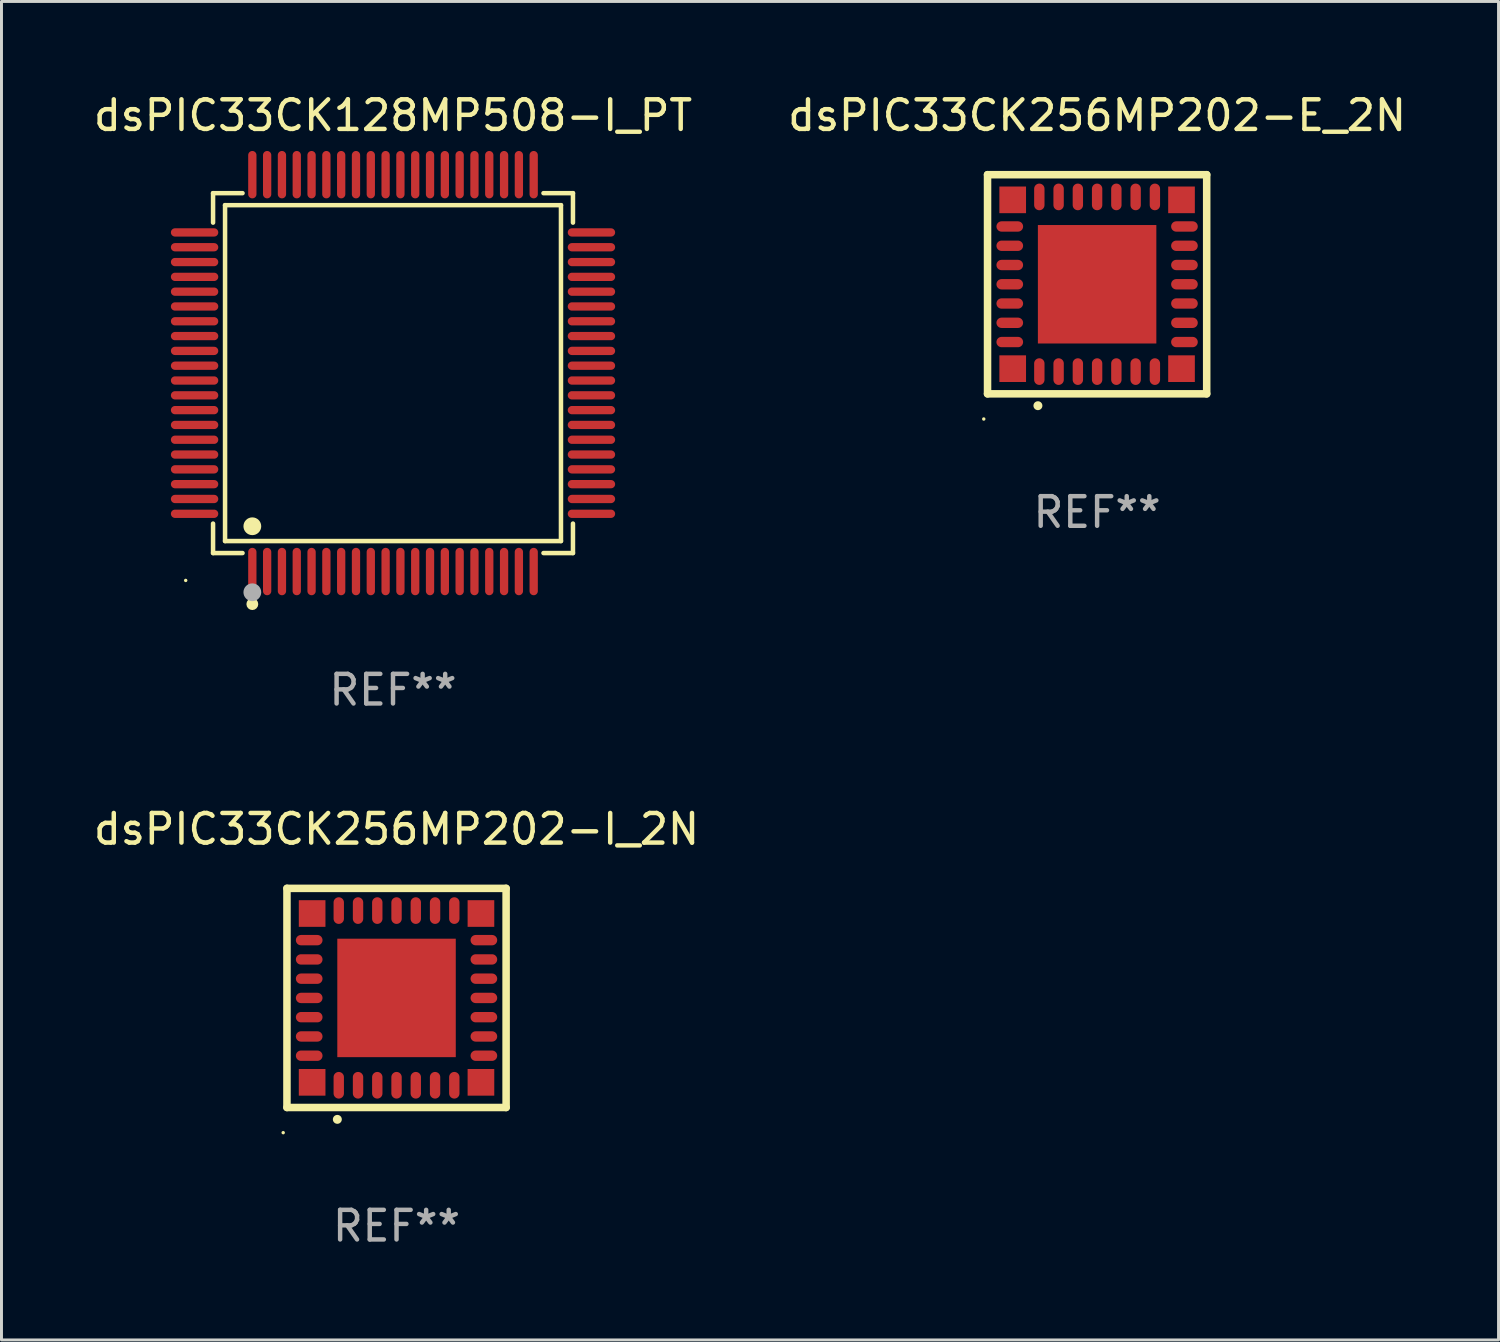
<source format=kicad_pcb>
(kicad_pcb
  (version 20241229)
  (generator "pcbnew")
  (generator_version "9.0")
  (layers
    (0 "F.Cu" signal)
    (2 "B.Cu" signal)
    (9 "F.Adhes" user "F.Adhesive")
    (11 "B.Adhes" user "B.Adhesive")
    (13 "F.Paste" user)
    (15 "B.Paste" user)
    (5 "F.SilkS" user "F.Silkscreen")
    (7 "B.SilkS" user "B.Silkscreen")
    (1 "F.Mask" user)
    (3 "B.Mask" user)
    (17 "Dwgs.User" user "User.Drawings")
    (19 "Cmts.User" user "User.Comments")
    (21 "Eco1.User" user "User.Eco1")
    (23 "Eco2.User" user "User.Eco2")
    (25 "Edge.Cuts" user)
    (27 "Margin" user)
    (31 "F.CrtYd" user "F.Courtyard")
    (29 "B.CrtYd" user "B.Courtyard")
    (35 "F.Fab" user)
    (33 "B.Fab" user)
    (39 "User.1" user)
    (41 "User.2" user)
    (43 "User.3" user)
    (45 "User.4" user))
  (footprint "dsPIC33CK256MP202-E_2N"
    (layer "F.Cu")
    (at 33.994 6.548)
    (property "Reference" "dsPIC33CK256MP202-E_2N" (at 0 -5.7 0) (layer "F.SilkS") (effects (font (size 1 1) (thickness 0.15))))
    (attr through_hole)
    (fp_line (start -3.7 -3.7) (end 3.7 -3.7) (stroke (width 0.254) (type solid)) (layer "F.SilkS"))
    (fp_line (start -3.7 3.7) (end -3.7 -3.7) (stroke (width 0.254) (type solid)) (layer "F.SilkS"))
    (fp_line (start 3.7 -3.7) (end 3.7 3.7) (stroke (width 0.254) (type solid)) (layer "F.SilkS"))
    (fp_line (start 3.7 3.7) (end -3.7 3.7) (stroke (width 0.254) (type solid)) (layer "F.SilkS"))
    (fp_arc (start -2 4.1) (mid -1.99873 4.099995) (end -1.99746 4.1) (stroke (width 0.3) (type solid)) (layer "F.SilkS"))
    (fp_circle (center -3.827 4.55) (end -3.797 4.55) (stroke (width 0.06) (type solid)) (fill no) (layer "F.SilkS"))
    (fp_text user "REF**" (at 0 7.7 0) (layer "F.Fab") (effects (font (size 1 1) (thickness 0.15))))
    (pad "1" smd oval (at -1.951 2.949 180) (size 0.35 0.9) (layers "F.Cu" "F.Mask" "F.Paste"))
    (pad "2" smd oval (at -1.3 2.949 180) (size 0.35 0.9) (layers "F.Cu" "F.Mask" "F.Paste"))
    (pad "3" smd oval (at -0.65 2.949 180) (size 0.35 0.9) (layers "F.Cu" "F.Mask" "F.Paste"))
    (pad "4" smd oval (at 0.000051 2.949 180) (size 0.35 0.9) (layers "F.Cu" "F.Mask" "F.Paste"))
    (pad "5" smd oval (at 0.65 2.949 180) (size 0.35 0.9) (layers "F.Cu" "F.Mask" "F.Paste"))
    (pad "6" smd oval (at 1.301 2.949 180) (size 0.35 0.9) (layers "F.Cu" "F.Mask" "F.Paste"))
    (pad "7" smd oval (at 1.951 2.949 180) (size 0.35 0.9) (layers "F.Cu" "F.Mask" "F.Paste"))
    (pad "8" smd oval (at 2.949 1.951 90) (size 0.35 0.9) (layers "F.Cu" "F.Mask" "F.Paste"))
    (pad "9" smd oval (at 2.949 1.301 90) (size 0.35 0.9) (layers "F.Cu" "F.Mask" "F.Paste"))
    (pad "10" smd oval (at 2.949 0.65 90) (size 0.35 0.9) (layers "F.Cu" "F.Mask" "F.Paste"))
    (pad "11" smd oval (at 2.949 0.000051 90) (size 0.35 0.9) (layers "F.Cu" "F.Mask" "F.Paste"))
    (pad "12" smd oval (at 2.949 -0.65 90) (size 0.35 0.9) (layers "F.Cu" "F.Mask" "F.Paste"))
    (pad "13" smd oval (at 2.949 -1.3 90) (size 0.35 0.9) (layers "F.Cu" "F.Mask" "F.Paste"))
    (pad "14" smd oval (at 2.949 -1.951 90) (size 0.35 0.9) (layers "F.Cu" "F.Mask" "F.Paste"))
    (pad "15" smd oval (at 1.951 -2.949 180) (size 0.35 0.9) (layers "F.Cu" "F.Mask" "F.Paste"))
    (pad "16" smd oval (at 1.301 -2.949 180) (size 0.35 0.9) (layers "F.Cu" "F.Mask" "F.Paste"))
    (pad "17" smd oval (at 0.65 -2.949 180) (size 0.35 0.9) (layers "F.Cu" "F.Mask" "F.Paste"))
    (pad "18" smd oval (at 0.000051 -2.949 180) (size 0.35 0.9) (layers "F.Cu" "F.Mask" "F.Paste"))
    (pad "19" smd oval (at -0.65 -2.949 180) (size 0.35 0.9) (layers "F.Cu" "F.Mask" "F.Paste"))
    (pad "20" smd oval (at -1.3 -2.949 180) (size 0.35 0.9) (layers "F.Cu" "F.Mask" "F.Paste"))
    (pad "21" smd oval (at -1.951 -2.949 180) (size 0.35 0.9) (layers "F.Cu" "F.Mask" "F.Paste"))
    (pad "22" smd oval (at -2.949 -1.951 90) (size 0.35 0.9) (layers "F.Cu" "F.Mask" "F.Paste"))
    (pad "23" smd oval (at -2.949 -1.3 90) (size 0.35 0.9) (layers "F.Cu" "F.Mask" "F.Paste"))
    (pad "24" smd oval (at -2.949 -0.65 90) (size 0.35 0.9) (layers "F.Cu" "F.Mask" "F.Paste"))
    (pad "25" smd oval (at -2.949 0.000051 90) (size 0.35 0.9) (layers "F.Cu" "F.Mask" "F.Paste"))
    (pad "26" smd oval (at -2.949 0.65 90) (size 0.35 0.9) (layers "F.Cu" "F.Mask" "F.Paste"))
    (pad "27" smd oval (at -2.949 1.301 90) (size 0.35 0.9) (layers "F.Cu" "F.Mask" "F.Paste"))
    (pad "28" smd oval (at -2.949 1.951 90) (size 0.35 0.9) (layers "F.Cu" "F.Mask" "F.Paste"))
    (pad "29" smd rect (at -2.85 -2.85 90) (size 0.9 0.9) (layers "F.Cu" "F.Mask" "F.Paste"))
    (pad "29" smd rect (at -2.85 2.85 90) (size 0.9 0.9) (layers "F.Cu" "F.Mask" "F.Paste"))
    (pad "29" smd rect (at 0.000051 0.000051 90) (size 4 4) (layers "F.Cu" "F.Mask" "F.Paste"))
    (pad "29" smd rect (at 2.85 -2.85 90) (size 0.9 0.9) (layers "F.Cu" "F.Mask" "F.Paste"))
    (pad "29" smd rect (at 2.85 2.85 90) (size 0.9 0.9) (layers "F.Cu" "F.Mask" "F.Paste")))
  (footprint "dsPIC33CK128MP508-I_PT"
    (layer "F.Cu")
    (at 10.22 9.548)
    (property "Reference" "dsPIC33CK128MP508-I_PT" (at 0 -8.7 0) (layer "F.SilkS") (effects (font (size 1 1) (thickness 0.15))))
    (attr through_hole)
    (fp_line (start -6.076 -6.076) (end -5.081 -6.076) (stroke (width 0.152) (type solid)) (layer "F.SilkS"))
    (fp_line (start -6.076 -5.081) (end -6.076 -6.076) (stroke (width 0.152) (type solid)) (layer "F.SilkS"))
    (fp_line (start -6.076 5.081) (end -6.076 6.076) (stroke (width 0.152) (type solid)) (layer "F.SilkS"))
    (fp_line (start -6.076 6.076) (end -5.081 6.076) (stroke (width 0.152) (type solid)) (layer "F.SilkS"))
    (fp_line (start -5.671 -5.671) (end 5.671 -5.671) (stroke (width 0.152) (type solid)) (layer "F.SilkS"))
    (fp_line (start -5.671 5.671) (end -5.671 -5.671) (stroke (width 0.152) (type solid)) (layer "F.SilkS"))
    (fp_line (start 5.671 -5.671) (end 5.671 5.671) (stroke (width 0.152) (type solid)) (layer "F.SilkS"))
    (fp_line (start 5.671 5.671) (end -5.671 5.671) (stroke (width 0.152) (type solid)) (layer "F.SilkS"))
    (fp_line (start 6.076 -6.076) (end 5.081 -6.076) (stroke (width 0.152) (type solid)) (layer "F.SilkS"))
    (fp_line (start 6.076 -5.081) (end 6.076 -6.076) (stroke (width 0.152) (type solid)) (layer "F.SilkS"))
    (fp_line (start 6.076 5.081) (end 6.076 6.076) (stroke (width 0.152) (type solid)) (layer "F.SilkS"))
    (fp_line (start 6.076 6.076) (end 5.081 6.076) (stroke (width 0.152) (type solid)) (layer "F.SilkS"))
    (fp_circle (center -7 7) (end -6.97 7) (stroke (width 0.06) (type solid)) (fill no) (layer "F.SilkS"))
    (fp_circle (center -4.75 5.171) (end -4.6 5.171) (stroke (width 0.3) (type solid)) (fill no) (layer "F.SilkS"))
    (fp_circle (center -4.75 7.8) (end -4.65 7.8) (stroke (width 0.2) (type solid)) (fill no) (layer "F.SilkS"))
    (fp_circle (center -4.75 7.4) (end -4.6 7.4) (stroke (width 0.3) (type solid)) (fill no) (layer "F.Fab"))
    (fp_text user "REF**" (at 0 10.7 0) (layer "F.Fab") (effects (font (size 1 1) (thickness 0.15))))
    (pad "1" smd oval (at -4.75 6.7) (size 0.28 1.6) (layers "F.Cu" "F.Mask" "F.Paste"))
    (pad "2" smd oval (at -4.25 6.7) (size 0.28 1.6) (layers "F.Cu" "F.Mask" "F.Paste"))
    (pad "3" smd oval (at -3.75 6.7) (size 0.28 1.6) (layers "F.Cu" "F.Mask" "F.Paste"))
    (pad "4" smd oval (at -3.25 6.7) (size 0.28 1.6) (layers "F.Cu" "F.Mask" "F.Paste"))
    (pad "5" smd oval (at -2.75 6.7) (size 0.28 1.6) (layers "F.Cu" "F.Mask" "F.Paste"))
    (pad "6" smd oval (at -2.25 6.7) (size 0.28 1.6) (layers "F.Cu" "F.Mask" "F.Paste"))
    (pad "7" smd oval (at -1.75 6.7) (size 0.28 1.6) (layers "F.Cu" "F.Mask" "F.Paste"))
    (pad "8" smd oval (at -1.25 6.7) (size 0.28 1.6) (layers "F.Cu" "F.Mask" "F.Paste"))
    (pad "9" smd oval (at -0.75 6.7) (size 0.28 1.6) (layers "F.Cu" "F.Mask" "F.Paste"))
    (pad "10" smd oval (at -0.25 6.7) (size 0.28 1.6) (layers "F.Cu" "F.Mask" "F.Paste"))
    (pad "11" smd oval (at 0.25 6.7) (size 0.28 1.6) (layers "F.Cu" "F.Mask" "F.Paste"))
    (pad "12" smd oval (at 0.75 6.7) (size 0.28 1.6) (layers "F.Cu" "F.Mask" "F.Paste"))
    (pad "13" smd oval (at 1.25 6.7) (size 0.28 1.6) (layers "F.Cu" "F.Mask" "F.Paste"))
    (pad "14" smd oval (at 1.75 6.7) (size 0.28 1.6) (layers "F.Cu" "F.Mask" "F.Paste"))
    (pad "15" smd oval (at 2.25 6.7) (size 0.28 1.6) (layers "F.Cu" "F.Mask" "F.Paste"))
    (pad "16" smd oval (at 2.75 6.7) (size 0.28 1.6) (layers "F.Cu" "F.Mask" "F.Paste"))
    (pad "17" smd oval (at 3.25 6.7) (size 0.28 1.6) (layers "F.Cu" "F.Mask" "F.Paste"))
    (pad "18" smd oval (at 3.75 6.7) (size 0.28 1.6) (layers "F.Cu" "F.Mask" "F.Paste"))
    (pad "19" smd oval (at 4.25 6.7) (size 0.28 1.6) (layers "F.Cu" "F.Mask" "F.Paste"))
    (pad "20" smd oval (at 4.75 6.7) (size 0.28 1.6) (layers "F.Cu" "F.Mask" "F.Paste"))
    (pad "21" smd oval (at 6.7 4.75) (size 1.6 0.28) (layers "F.Cu" "F.Mask" "F.Paste"))
    (pad "22" smd oval (at 6.7 4.25) (size 1.6 0.28) (layers "F.Cu" "F.Mask" "F.Paste"))
    (pad "23" smd oval (at 6.7 3.75) (size 1.6 0.28) (layers "F.Cu" "F.Mask" "F.Paste"))
    (pad "24" smd oval (at 6.7 3.25) (size 1.6 0.28) (layers "F.Cu" "F.Mask" "F.Paste"))
    (pad "25" smd oval (at 6.7 2.75) (size 1.6 0.28) (layers "F.Cu" "F.Mask" "F.Paste"))
    (pad "26" smd oval (at 6.7 2.25) (size 1.6 0.28) (layers "F.Cu" "F.Mask" "F.Paste"))
    (pad "27" smd oval (at 6.7 1.75) (size 1.6 0.28) (layers "F.Cu" "F.Mask" "F.Paste"))
    (pad "28" smd oval (at 6.7 1.25) (size 1.6 0.28) (layers "F.Cu" "F.Mask" "F.Paste"))
    (pad "29" smd oval (at 6.7 0.75) (size 1.6 0.28) (layers "F.Cu" "F.Mask" "F.Paste"))
    (pad "30" smd oval (at 6.7 0.25) (size 1.6 0.28) (layers "F.Cu" "F.Mask" "F.Paste"))
    (pad "31" smd oval (at 6.7 -0.25) (size 1.6 0.28) (layers "F.Cu" "F.Mask" "F.Paste"))
    (pad "32" smd oval (at 6.7 -0.75) (size 1.6 0.28) (layers "F.Cu" "F.Mask" "F.Paste"))
    (pad "33" smd oval (at 6.7 -1.25) (size 1.6 0.28) (layers "F.Cu" "F.Mask" "F.Paste"))
    (pad "34" smd oval (at 6.7 -1.75) (size 1.6 0.28) (layers "F.Cu" "F.Mask" "F.Paste"))
    (pad "35" smd oval (at 6.7 -2.25) (size 1.6 0.28) (layers "F.Cu" "F.Mask" "F.Paste"))
    (pad "36" smd oval (at 6.7 -2.75) (size 1.6 0.28) (layers "F.Cu" "F.Mask" "F.Paste"))
    (pad "37" smd oval (at 6.7 -3.25) (size 1.6 0.28) (layers "F.Cu" "F.Mask" "F.Paste"))
    (pad "38" smd oval (at 6.7 -3.75) (size 1.6 0.28) (layers "F.Cu" "F.Mask" "F.Paste"))
    (pad "39" smd oval (at 6.7 -4.25) (size 1.6 0.28) (layers "F.Cu" "F.Mask" "F.Paste"))
    (pad "40" smd oval (at 6.7 -4.75) (size 1.6 0.28) (layers "F.Cu" "F.Mask" "F.Paste"))
    (pad "41" smd oval (at 4.75 -6.7) (size 0.28 1.6) (layers "F.Cu" "F.Mask" "F.Paste"))
    (pad "42" smd oval (at 4.25 -6.7) (size 0.28 1.6) (layers "F.Cu" "F.Mask" "F.Paste"))
    (pad "43" smd oval (at 3.75 -6.7) (size 0.28 1.6) (layers "F.Cu" "F.Mask" "F.Paste"))
    (pad "44" smd oval (at 3.25 -6.7) (size 0.28 1.6) (layers "F.Cu" "F.Mask" "F.Paste"))
    (pad "45" smd oval (at 2.75 -6.7) (size 0.28 1.6) (layers "F.Cu" "F.Mask" "F.Paste"))
    (pad "46" smd oval (at 2.25 -6.7) (size 0.28 1.6) (layers "F.Cu" "F.Mask" "F.Paste"))
    (pad "47" smd oval (at 1.75 -6.7) (size 0.28 1.6) (layers "F.Cu" "F.Mask" "F.Paste"))
    (pad "48" smd oval (at 1.25 -6.7) (size 0.28 1.6) (layers "F.Cu" "F.Mask" "F.Paste"))
    (pad "49" smd oval (at 0.75 -6.7) (size 0.28 1.6) (layers "F.Cu" "F.Mask" "F.Paste"))
    (pad "50" smd oval (at 0.25 -6.7) (size 0.28 1.6) (layers "F.Cu" "F.Mask" "F.Paste"))
    (pad "51" smd oval (at -0.25 -6.7) (size 0.28 1.6) (layers "F.Cu" "F.Mask" "F.Paste"))
    (pad "52" smd oval (at -0.75 -6.7) (size 0.28 1.6) (layers "F.Cu" "F.Mask" "F.Paste"))
    (pad "53" smd oval (at -1.25 -6.7) (size 0.28 1.6) (layers "F.Cu" "F.Mask" "F.Paste"))
    (pad "54" smd oval (at -1.75 -6.7) (size 0.28 1.6) (layers "F.Cu" "F.Mask" "F.Paste"))
    (pad "55" smd oval (at -2.25 -6.7) (size 0.28 1.6) (layers "F.Cu" "F.Mask" "F.Paste"))
    (pad "56" smd oval (at -2.75 -6.7) (size 0.28 1.6) (layers "F.Cu" "F.Mask" "F.Paste"))
    (pad "57" smd oval (at -3.25 -6.7) (size 0.28 1.6) (layers "F.Cu" "F.Mask" "F.Paste"))
    (pad "58" smd oval (at -3.75 -6.7) (size 0.28 1.6) (layers "F.Cu" "F.Mask" "F.Paste"))
    (pad "59" smd oval (at -4.25 -6.7) (size 0.28 1.6) (layers "F.Cu" "F.Mask" "F.Paste"))
    (pad "60" smd oval (at -4.75 -6.7) (size 0.28 1.6) (layers "F.Cu" "F.Mask" "F.Paste"))
    (pad "61" smd oval (at -6.7 -4.75) (size 1.6 0.28) (layers "F.Cu" "F.Mask" "F.Paste"))
    (pad "62" smd oval (at -6.7 -4.25) (size 1.6 0.28) (layers "F.Cu" "F.Mask" "F.Paste"))
    (pad "63" smd oval (at -6.7 -3.75) (size 1.6 0.28) (layers "F.Cu" "F.Mask" "F.Paste"))
    (pad "64" smd oval (at -6.7 -3.25) (size 1.6 0.28) (layers "F.Cu" "F.Mask" "F.Paste"))
    (pad "65" smd oval (at -6.7 -2.75) (size 1.6 0.28) (layers "F.Cu" "F.Mask" "F.Paste"))
    (pad "66" smd oval (at -6.7 -2.25) (size 1.6 0.28) (layers "F.Cu" "F.Mask" "F.Paste"))
    (pad "67" smd oval (at -6.7 -1.75) (size 1.6 0.28) (layers "F.Cu" "F.Mask" "F.Paste"))
    (pad "68" smd oval (at -6.7 -1.25) (size 1.6 0.28) (layers "F.Cu" "F.Mask" "F.Paste"))
    (pad "69" smd oval (at -6.7 -0.75) (size 1.6 0.28) (layers "F.Cu" "F.Mask" "F.Paste"))
    (pad "70" smd oval (at -6.7 -0.25) (size 1.6 0.28) (layers "F.Cu" "F.Mask" "F.Paste"))
    (pad "71" smd oval (at -6.7 0.25) (size 1.6 0.28) (layers "F.Cu" "F.Mask" "F.Paste"))
    (pad "72" smd oval (at -6.7 0.75) (size 1.6 0.28) (layers "F.Cu" "F.Mask" "F.Paste"))
    (pad "73" smd oval (at -6.7 1.25) (size 1.6 0.28) (layers "F.Cu" "F.Mask" "F.Paste"))
    (pad "74" smd oval (at -6.7 1.75) (size 1.6 0.28) (layers "F.Cu" "F.Mask" "F.Paste"))
    (pad "75" smd oval (at -6.7 2.25) (size 1.6 0.28) (layers "F.Cu" "F.Mask" "F.Paste"))
    (pad "76" smd oval (at -6.7 2.75) (size 1.6 0.28) (layers "F.Cu" "F.Mask" "F.Paste"))
    (pad "77" smd oval (at -6.7 3.25) (size 1.6 0.28) (layers "F.Cu" "F.Mask" "F.Paste"))
    (pad "78" smd oval (at -6.7 3.75) (size 1.6 0.28) (layers "F.Cu" "F.Mask" "F.Paste"))
    (pad "79" smd oval (at -6.7 4.25) (size 1.6 0.28) (layers "F.Cu" "F.Mask" "F.Paste"))
    (pad "80" smd oval (at -6.7 4.75) (size 1.6 0.28) (layers "F.Cu" "F.Mask" "F.Paste")))
  (footprint "dsPIC33CK256MP202-I_2N"
    (layer "F.Cu")
    (at 10.339 30.645)
    (property "Reference" "dsPIC33CK256MP202-I_2N" (at 0 -5.7 0) (layer "F.SilkS") (effects (font (size 1 1) (thickness 0.15))))
    (attr through_hole)
    (fp_line (start -3.7 -3.7) (end 3.7 -3.7) (stroke (width 0.254) (type solid)) (layer "F.SilkS"))
    (fp_line (start -3.7 3.7) (end -3.7 -3.7) (stroke (width 0.254) (type solid)) (layer "F.SilkS"))
    (fp_line (start 3.7 -3.7) (end 3.7 3.7) (stroke (width 0.254) (type solid)) (layer "F.SilkS"))
    (fp_line (start 3.7 3.7) (end -3.7 3.7) (stroke (width 0.254) (type solid)) (layer "F.SilkS"))
    (fp_arc (start -2 4.1) (mid -1.99873 4.099995) (end -1.99746 4.1) (stroke (width 0.3) (type solid)) (layer "F.SilkS"))
    (fp_circle (center -3.827 4.55) (end -3.797 4.55) (stroke (width 0.06) (type solid)) (fill no) (layer "F.SilkS"))
    (fp_text user "REF**" (at 0 7.7 0) (layer "F.Fab") (effects (font (size 1 1) (thickness 0.15))))
    (pad "1" smd oval (at -1.951 2.949 180) (size 0.35 0.9) (layers "F.Cu" "F.Mask" "F.Paste"))
    (pad "2" smd oval (at -1.3 2.949 180) (size 0.35 0.9) (layers "F.Cu" "F.Mask" "F.Paste"))
    (pad "3" smd oval (at -0.65 2.949 180) (size 0.35 0.9) (layers "F.Cu" "F.Mask" "F.Paste"))
    (pad "4" smd oval (at 0.000051 2.949 180) (size 0.35 0.9) (layers "F.Cu" "F.Mask" "F.Paste"))
    (pad "5" smd oval (at 0.65 2.949 180) (size 0.35 0.9) (layers "F.Cu" "F.Mask" "F.Paste"))
    (pad "6" smd oval (at 1.301 2.949 180) (size 0.35 0.9) (layers "F.Cu" "F.Mask" "F.Paste"))
    (pad "7" smd oval (at 1.951 2.949 180) (size 0.35 0.9) (layers "F.Cu" "F.Mask" "F.Paste"))
    (pad "8" smd oval (at 2.949 1.951 90) (size 0.35 0.9) (layers "F.Cu" "F.Mask" "F.Paste"))
    (pad "9" smd oval (at 2.949 1.301 90) (size 0.35 0.9) (layers "F.Cu" "F.Mask" "F.Paste"))
    (pad "10" smd oval (at 2.949 0.65 90) (size 0.35 0.9) (layers "F.Cu" "F.Mask" "F.Paste"))
    (pad "11" smd oval (at 2.949 0.000051 90) (size 0.35 0.9) (layers "F.Cu" "F.Mask" "F.Paste"))
    (pad "12" smd oval (at 2.949 -0.65 90) (size 0.35 0.9) (layers "F.Cu" "F.Mask" "F.Paste"))
    (pad "13" smd oval (at 2.949 -1.3 90) (size 0.35 0.9) (layers "F.Cu" "F.Mask" "F.Paste"))
    (pad "14" smd oval (at 2.949 -1.951 90) (size 0.35 0.9) (layers "F.Cu" "F.Mask" "F.Paste"))
    (pad "15" smd oval (at 1.951 -2.949 180) (size 0.35 0.9) (layers "F.Cu" "F.Mask" "F.Paste"))
    (pad "16" smd oval (at 1.301 -2.949 180) (size 0.35 0.9) (layers "F.Cu" "F.Mask" "F.Paste"))
    (pad "17" smd oval (at 0.65 -2.949 180) (size 0.35 0.9) (layers "F.Cu" "F.Mask" "F.Paste"))
    (pad "18" smd oval (at 0.000051 -2.949 180) (size 0.35 0.9) (layers "F.Cu" "F.Mask" "F.Paste"))
    (pad "19" smd oval (at -0.65 -2.949 180) (size 0.35 0.9) (layers "F.Cu" "F.Mask" "F.Paste"))
    (pad "20" smd oval (at -1.3 -2.949 180) (size 0.35 0.9) (layers "F.Cu" "F.Mask" "F.Paste"))
    (pad "21" smd oval (at -1.951 -2.949 180) (size 0.35 0.9) (layers "F.Cu" "F.Mask" "F.Paste"))
    (pad "22" smd oval (at -2.949 -1.951 90) (size 0.35 0.9) (layers "F.Cu" "F.Mask" "F.Paste"))
    (pad "23" smd oval (at -2.949 -1.3 90) (size 0.35 0.9) (layers "F.Cu" "F.Mask" "F.Paste"))
    (pad "24" smd oval (at -2.949 -0.65 90) (size 0.35 0.9) (layers "F.Cu" "F.Mask" "F.Paste"))
    (pad "25" smd oval (at -2.949 0.000051 90) (size 0.35 0.9) (layers "F.Cu" "F.Mask" "F.Paste"))
    (pad "26" smd oval (at -2.949 0.65 90) (size 0.35 0.9) (layers "F.Cu" "F.Mask" "F.Paste"))
    (pad "27" smd oval (at -2.949 1.301 90) (size 0.35 0.9) (layers "F.Cu" "F.Mask" "F.Paste"))
    (pad "28" smd oval (at -2.949 1.951 90) (size 0.35 0.9) (layers "F.Cu" "F.Mask" "F.Paste"))
    (pad "29" smd rect (at -2.85 -2.85 90) (size 0.9 0.9) (layers "F.Cu" "F.Mask" "F.Paste"))
    (pad "29" smd rect (at -2.85 2.85 90) (size 0.9 0.9) (layers "F.Cu" "F.Mask" "F.Paste"))
    (pad "29" smd rect (at 0.000051 0.000051 90) (size 4 4) (layers "F.Cu" "F.Mask" "F.Paste"))
    (pad "29" smd rect (at 2.85 -2.85 90) (size 0.9 0.9) (layers "F.Cu" "F.Mask" "F.Paste"))
    (pad "29" smd rect (at 2.85 2.85 90) (size 0.9 0.9) (layers "F.Cu" "F.Mask" "F.Paste")))
  (gr_rect
    (start -3 -3)
    (end 47.548 42.193)
    (stroke (width 0.1) (type default))
    (fill no)
    (layer "Edge.Cuts")))
</source>
